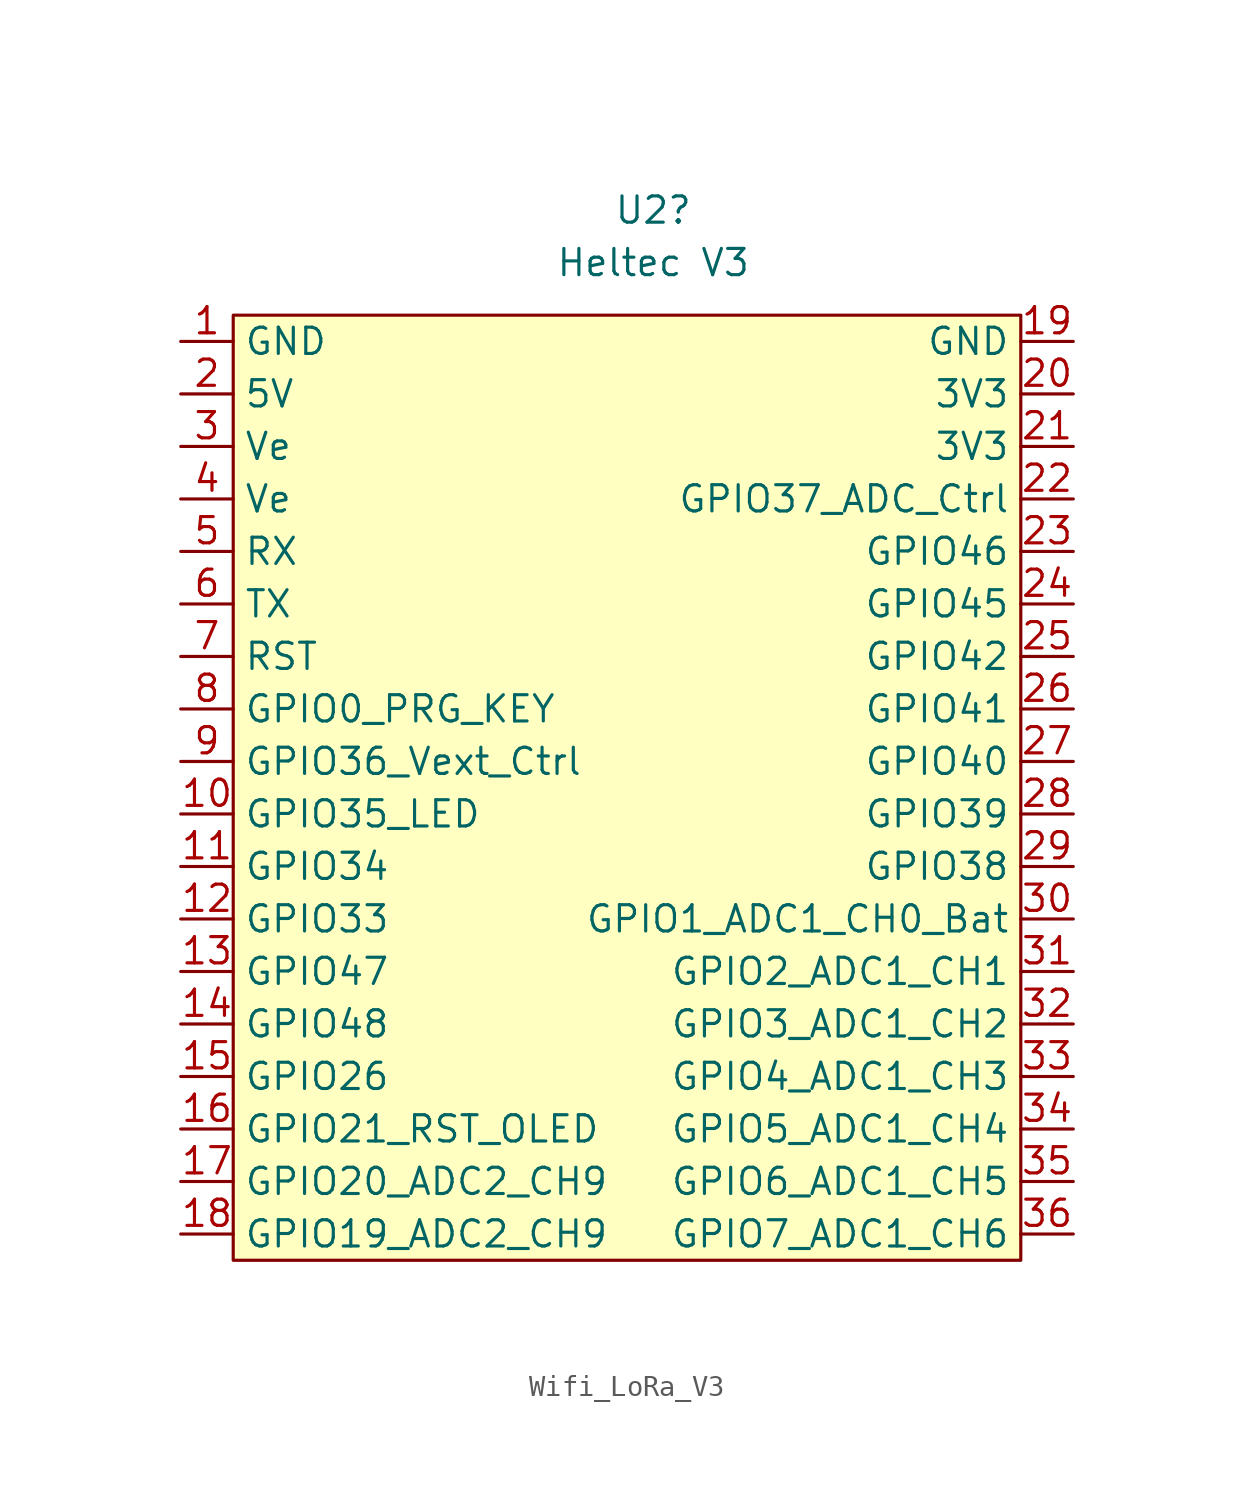
<source format=kicad_sym>
(kicad_symbol_lib
  (version 20231120)
  (generator "kicad_symbol_editor")
  (generator_version "8.0")
  (symbol "Wifi_LoRa_V3"
    (property "Reference" "U2"
      (at 20.32 50.8 0)
      (effects (font (size 1.27 1.27))))
    (property "Value" "Heltec V3"
      (at 20.32 48.26 0)
      (effects (font (size 1.27 1.27))))
    (symbol "Wifi_LoRa_V3_0_1"
      (rectangle (start 0 45.72) (end 38.1 0) (stroke (width 0) (type default)) (fill (type background))))
    (symbol "Wifi_LoRa_V3_1_1"
      (pin power_in line (at -2.54 44.45 0) (length 2.54) (name "GND" (effects (font (size 1.27 1.27)))) (number "1" (effects (font (size 1.27 1.27)))))
      (pin bidirectional line (at -2.54 21.59 0) (length 2.54) (name "GPIO35_LED" (effects (font (size 1.27 1.27)))) (number "10" (effects (font (size 1.27 1.27)))))
      (pin bidirectional line (at -2.54 19.05 0) (length 2.54) (name "GPIO34" (effects (font (size 1.27 1.27)))) (number "11" (effects (font (size 1.27 1.27)))))
      (pin bidirectional line (at -2.54 16.51 0) (length 2.54) (name "GPIO33" (effects (font (size 1.27 1.27)))) (number "12" (effects (font (size 1.27 1.27)))))
      (pin bidirectional line (at -2.54 13.97 0) (length 2.54) (name "GPIO47" (effects (font (size 1.27 1.27)))) (number "13" (effects (font (size 1.27 1.27)))))
      (pin bidirectional line (at -2.54 11.43 0) (length 2.54) (name "GPIO48" (effects (font (size 1.27 1.27)))) (number "14" (effects (font (size 1.27 1.27)))))
      (pin bidirectional line (at -2.54 8.89 0) (length 2.54) (name "GPIO26" (effects (font (size 1.27 1.27)))) (number "15" (effects (font (size 1.27 1.27)))))
      (pin bidirectional line (at -2.54 6.35 0) (length 2.54) (name "GPIO21_RST_OLED" (effects (font (size 1.27 1.27)))) (number "16" (effects (font (size 1.27 1.27)))))
      (pin bidirectional line (at -2.54 3.81 0) (length 2.54) (name "GPIO20_ADC2_CH9" (effects (font (size 1.27 1.27)))) (number "17" (effects (font (size 1.27 1.27)))))
      (pin bidirectional line (at -2.54 1.27 0) (length 2.54) (name "GPIO19_ADC2_CH9" (effects (font (size 1.27 1.27)))) (number "18" (effects (font (size 1.27 1.27)))))
      (pin power_in line (at 40.64 44.45 180) (length 2.54) (name "GND" (effects (font (size 1.27 1.27)))) (number "19" (effects (font (size 1.27 1.27)))))
      (pin power_in line (at -2.54 41.91 0) (length 2.54) (name "5V" (effects (font (size 1.27 1.27)))) (number "2" (effects (font (size 1.27 1.27)))))
      (pin power_in line (at 40.64 41.91 180) (length 2.54) (name "3V3" (effects (font (size 1.27 1.27)))) (number "20" (effects (font (size 1.27 1.27)))))
      (pin power_in line (at 40.64 39.37 180) (length 2.54) (name "3V3" (effects (font (size 1.27 1.27)))) (number "21" (effects (font (size 1.27 1.27)))))
      (pin bidirectional line (at 40.64 36.83 180) (length 2.54) (name "GPIO37_ADC_Ctrl" (effects (font (size 1.27 1.27)))) (number "22" (effects (font (size 1.27 1.27)))))
      (pin bidirectional line (at 40.64 34.29 180) (length 2.54) (name "GPIO46" (effects (font (size 1.27 1.27)))) (number "23" (effects (font (size 1.27 1.27)))))
      (pin bidirectional line (at 40.64 31.75 180) (length 2.54) (name "GPIO45" (effects (font (size 1.27 1.27)))) (number "24" (effects (font (size 1.27 1.27)))))
      (pin bidirectional line (at 40.64 29.21 180) (length 2.54) (name "GPIO42" (effects (font (size 1.27 1.27)))) (number "25" (effects (font (size 1.27 1.27)))))
      (pin bidirectional line (at 40.64 26.67 180) (length 2.54) (name "GPIO41" (effects (font (size 1.27 1.27)))) (number "26" (effects (font (size 1.27 1.27)))))
      (pin bidirectional line (at 40.64 24.13 180) (length 2.54) (name "GPIO40" (effects (font (size 1.27 1.27)))) (number "27" (effects (font (size 1.27 1.27)))))
      (pin bidirectional line (at 40.64 21.59 180) (length 2.54) (name "GPIO39" (effects (font (size 1.27 1.27)))) (number "28" (effects (font (size 1.27 1.27)))))
      (pin bidirectional line (at 40.64 19.05 180) (length 2.54) (name "GPIO38" (effects (font (size 1.27 1.27)))) (number "29" (effects (font (size 1.27 1.27)))))
      (pin power_in line (at -2.54 39.37 0) (length 2.54) (name "Ve" (effects (font (size 1.27 1.27)))) (number "3" (effects (font (size 1.27 1.27)))))
      (pin bidirectional line (at 40.64 16.51 180) (length 2.54) (name "GPIO1_ADC1_CH0_Bat" (effects (font (size 1.27 1.27)))) (number "30" (effects (font (size 1.27 1.27)))))
      (pin bidirectional line (at 40.64 13.97 180) (length 2.54) (name "GPIO2_ADC1_CH1" (effects (font (size 1.27 1.27)))) (number "31" (effects (font (size 1.27 1.27)))))
      (pin bidirectional line (at 40.64 11.43 180) (length 2.54) (name "GPIO3_ADC1_CH2" (effects (font (size 1.27 1.27)))) (number "32" (effects (font (size 1.27 1.27)))))
      (pin bidirectional line (at 40.64 8.89 180) (length 2.54) (name "GPIO4_ADC1_CH3" (effects (font (size 1.27 1.27)))) (number "33" (effects (font (size 1.27 1.27)))))
      (pin bidirectional line (at 40.64 6.35 180) (length 2.54) (name "GPIO5_ADC1_CH4" (effects (font (size 1.27 1.27)))) (number "34" (effects (font (size 1.27 1.27)))))
      (pin bidirectional line (at 40.64 3.81 180) (length 2.54) (name "GPIO6_ADC1_CH5" (effects (font (size 1.27 1.27)))) (number "35" (effects (font (size 1.27 1.27)))))
      (pin bidirectional line (at 40.64 1.27 180) (length 2.54) (name "GPIO7_ADC1_CH6" (effects (font (size 1.27 1.27)))) (number "36" (effects (font (size 1.27 1.27)))))
      (pin power_in line (at -2.54 36.83 0) (length 2.54) (name "Ve" (effects (font (size 1.27 1.27)))) (number "4" (effects (font (size 1.27 1.27)))))
      (pin bidirectional line (at -2.54 34.29 0) (length 2.54) (name "RX" (effects (font (size 1.27 1.27)))) (number "5" (effects (font (size 1.27 1.27)))))
      (pin bidirectional line (at -2.54 31.75 0) (length 2.54) (name "TX" (effects (font (size 1.27 1.27)))) (number "6" (effects (font (size 1.27 1.27)))))
      (pin input line (at -2.54 29.21 0) (length 2.54) (name "RST" (effects (font (size 1.27 1.27)))) (number "7" (effects (font (size 1.27 1.27)))))
      (pin bidirectional line (at -2.54 26.67 0) (length 2.54) (name "GPIO0_PRG_KEY" (effects (font (size 1.27 1.27)))) (number "8" (effects (font (size 1.27 1.27)))))
      (pin bidirectional line (at -2.54 24.13 0) (length 2.54) (name "GPIO36_Vext_Ctrl" (effects (font (size 1.27 1.27)))) (number "9" (effects (font (size 1.27 1.27))))))))
</source>
